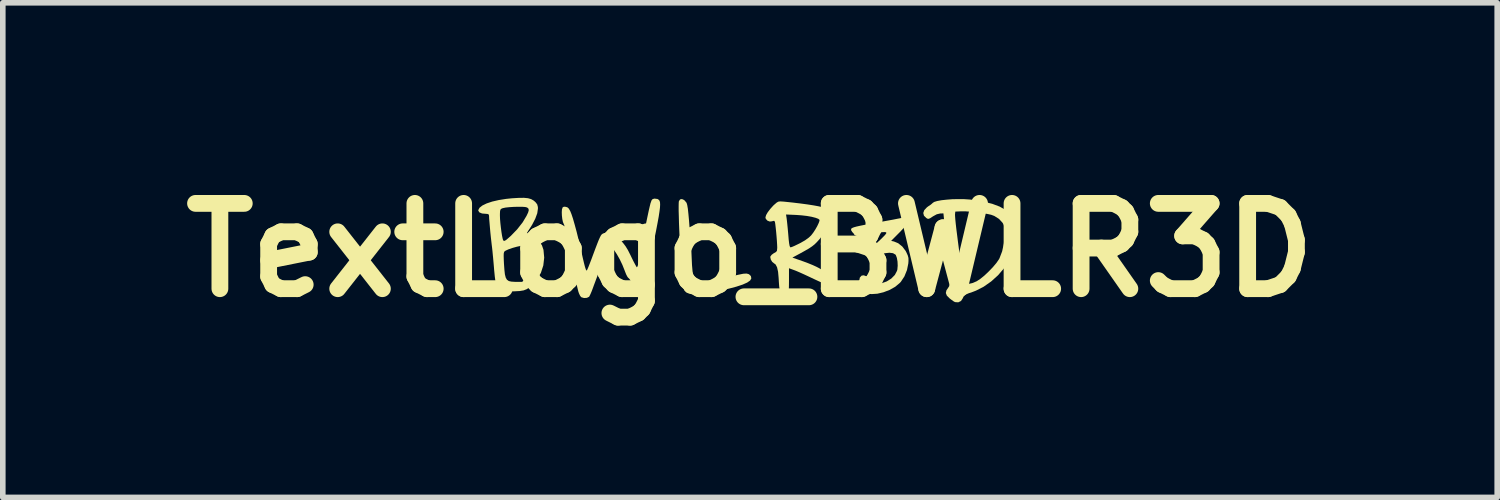
<source format=kicad_pcb>
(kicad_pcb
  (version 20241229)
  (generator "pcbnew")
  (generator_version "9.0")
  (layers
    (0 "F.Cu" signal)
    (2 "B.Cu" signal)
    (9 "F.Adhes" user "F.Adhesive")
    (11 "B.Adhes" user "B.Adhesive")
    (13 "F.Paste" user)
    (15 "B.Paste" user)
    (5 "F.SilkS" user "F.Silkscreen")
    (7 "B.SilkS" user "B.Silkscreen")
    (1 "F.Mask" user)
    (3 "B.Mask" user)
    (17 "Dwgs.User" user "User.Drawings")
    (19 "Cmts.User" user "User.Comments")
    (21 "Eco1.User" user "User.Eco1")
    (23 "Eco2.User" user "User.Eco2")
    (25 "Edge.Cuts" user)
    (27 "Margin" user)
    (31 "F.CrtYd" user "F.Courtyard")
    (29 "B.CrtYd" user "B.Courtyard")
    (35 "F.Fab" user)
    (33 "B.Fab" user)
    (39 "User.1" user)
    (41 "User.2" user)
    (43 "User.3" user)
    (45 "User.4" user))
  (footprint "TextLogo_BWLR3D"
    (layer "F.Cu")
    (at 10.349 1.418)
    (property "Reference" "TextLogo_BWLR3D" (at 0 0 0) (layer "F.SilkS") (effects (font (size 1.524 1.524) (thickness 0.3))))
    (attr board_only exclude_from_pos_files exclude_from_bom)
    (fp_poly (pts (xy -1.178 -0.895) (xy -1.141 -0.855) (xy -1.132 -0.839) (xy -1.122 -0.805) (xy -1.111 -0.741) (xy -1.101 -0.648) (xy -1.09 -0.529) (xy -1.079 -0.385) (xy -1.069 -0.219) (xy -1.069 -0.21) (xy -1.059 -0.039) (xy -1.048 0.116) (xy -1.038 0.252) (xy -1.028 0.366) (xy -1.018 0.455) (xy -1.009 0.516) (xy -1.003 0.545) (xy -0.987 0.57) (xy -0.958 0.581) (xy -0.922 0.583) (xy -0.882 0.579) (xy -0.816 0.569) (xy -0.728 0.553) (xy -0.623 0.532) (xy -0.506 0.508) (xy -0.382 0.48) (xy -0.256 0.451) (xy -0.203 0.439) (xy -0.12 0.422) (xy -0.06 0.419) (xy -0.019 0.431) (xy 0.01 0.458) (xy 0.017 0.47) (xy 0.023 0.507) (xy 0.001 0.544) (xy -0.051 0.58) (xy -0.132 0.616) (xy -0.244 0.653) (xy -0.38 0.689) (xy -0.522 0.721) (xy -0.659 0.748) (xy -0.786 0.767) (xy -0.899 0.78) (xy -0.992 0.786) (xy -1.062 0.783) (xy -1.09 0.777) (xy -1.138 0.757) (xy -1.169 0.727) (xy -1.188 0.679) (xy -1.197 0.642) (xy -1.204 0.595) (xy -1.211 0.523) (xy -1.219 0.429) (xy -1.227 0.317) (xy -1.235 0.193) (xy -1.243 0.059) (xy -1.251 -0.08) (xy -1.258 -0.219) (xy -1.264 -0.356) (xy -1.269 -0.484) (xy -1.272 -0.602) (xy -1.275 -0.703) (xy -1.275 -0.785) (xy -1.274 -0.843) (xy -1.271 -0.873) (xy -1.271 -0.873) (xy -1.249 -0.906) (xy -1.216 -0.912)) (stroke (width 0) (type solid)) (fill yes) (layer "F.SilkS"))
    (fp_poly (pts (xy 2.739 -0.572) (xy 2.77 -0.548) (xy 2.793 -0.512) (xy 2.801 -0.482) (xy 2.788 -0.451) (xy 2.75 -0.401) (xy 2.688 -0.333) (xy 2.661 -0.306) (xy 2.521 -0.165) (xy 2.571 -0.154) (xy 2.648 -0.122) (xy 2.72 -0.064) (xy 2.779 0.013) (xy 2.793 0.04) (xy 2.818 0.095) (xy 2.83 0.141) (xy 2.831 0.191) (xy 2.828 0.237) (xy 2.804 0.356) (xy 2.758 0.47) (xy 2.694 0.567) (xy 2.674 0.588) (xy 2.594 0.655) (xy 2.495 0.711) (xy 2.385 0.753) (xy 2.275 0.779) (xy 2.171 0.786) (xy 2.105 0.777) (xy 2.042 0.747) (xy 1.993 0.695) (xy 1.96 0.63) (xy 1.948 0.56) (xy 1.961 0.494) (xy 1.963 0.489) (xy 1.993 0.456) (xy 2.031 0.45) (xy 2.072 0.465) (xy 2.108 0.501) (xy 2.134 0.554) (xy 2.134 0.557) (xy 2.143 0.584) (xy 2.156 0.599) (xy 2.182 0.605) (xy 2.229 0.606) (xy 2.251 0.606) (xy 2.35 0.593) (xy 2.443 0.559) (xy 2.524 0.508) (xy 2.587 0.444) (xy 2.625 0.372) (xy 2.632 0.348) (xy 2.638 0.279) (xy 2.635 0.207) (xy 2.624 0.141) (xy 2.606 0.092) (xy 2.599 0.081) (xy 2.554 0.055) (xy 2.489 0.047) (xy 2.408 0.056) (xy 2.318 0.083) (xy 2.282 0.097) (xy 2.22 0.123) (xy 2.176 0.135) (xy 2.145 0.134) (xy 2.13 0.13) (xy 2.097 0.105) (xy 2.08 0.068) (xy 2.079 0.029) (xy 2.095 -0.002) (xy 2.127 -0.016) (xy 2.13 -0.016) (xy 2.15 -0.027) (xy 2.187 -0.056) (xy 2.237 -0.1) (xy 2.295 -0.155) (xy 2.311 -0.169) (xy 2.368 -0.225) (xy 2.409 -0.267) (xy 2.432 -0.296) (xy 2.435 -0.314) (xy 2.415 -0.322) (xy 2.37 -0.321) (xy 2.299 -0.313) (xy 2.199 -0.299) (xy 2.122 -0.288) (xy 2.022 -0.275) (xy 1.951 -0.267) (xy 1.904 -0.264) (xy 1.876 -0.266) (xy 1.865 -0.272) (xy 1.865 -0.273) (xy 1.849 -0.299) (xy 1.827 -0.322) (xy 1.806 -0.355) (xy 1.806 -0.377) (xy 1.814 -0.388) (xy 1.831 -0.398) (xy 1.86 -0.409) (xy 1.904 -0.421) (xy 1.967 -0.435) (xy 2.051 -0.452) (xy 2.16 -0.473) (xy 2.296 -0.497) (xy 2.367 -0.51) (xy 2.465 -0.528) (xy 2.554 -0.544) (xy 2.628 -0.559) (xy 2.681 -0.569) (xy 2.708 -0.576) (xy 2.709 -0.576)) (stroke (width 0) (type solid)) (fill yes) (layer "F.SilkS"))
    (fp_poly (pts (xy 3.828 -0.91) (xy 3.93 -0.903) (xy 3.973 -0.898) (xy 4.165 -0.867) (xy 4.327 -0.827) (xy 4.46 -0.777) (xy 4.566 -0.717) (xy 4.646 -0.646) (xy 4.701 -0.563) (xy 4.719 -0.52) (xy 4.741 -0.416) (xy 4.745 -0.293) (xy 4.732 -0.16) (xy 4.703 -0.024) (xy 4.66 0.108) (xy 4.618 0.199) (xy 4.537 0.326) (xy 4.431 0.449) (xy 4.308 0.56) (xy 4.174 0.654) (xy 4.037 0.724) (xy 3.983 0.745) (xy 3.909 0.77) (xy 3.861 0.791) (xy 3.831 0.811) (xy 3.813 0.833) (xy 3.801 0.86) (xy 3.769 0.909) (xy 3.72 0.933) (xy 3.663 0.929) (xy 3.659 0.927) (xy 3.633 0.913) (xy 3.593 0.884) (xy 3.566 0.863) (xy 3.516 0.813) (xy 3.498 0.766) (xy 3.509 0.718) (xy 3.537 0.677) (xy 3.557 0.646) (xy 3.57 0.606) (xy 3.577 0.552) (xy 3.577 0.481) (xy 3.571 0.39) (xy 3.559 0.273) (xy 3.545 0.161) (xy 3.531 0.052) (xy 3.516 -0.076) (xy 3.501 -0.208) (xy 3.487 -0.333) (xy 3.483 -0.373) (xy 3.457 -0.637) (xy 3.662 -0.637) (xy 3.663 -0.607) (xy 3.667 -0.551) (xy 3.675 -0.471) (xy 3.686 -0.375) (xy 3.7 -0.265) (xy 3.714 -0.153) (xy 3.734 -0.001) (xy 3.749 0.141) (xy 3.761 0.266) (xy 3.769 0.37) (xy 3.772 0.447) (xy 3.772 0.45) (xy 3.772 0.62) (xy 3.868 0.611) (xy 3.979 0.587) (xy 4.05 0.556) (xy 4.114 0.514) (xy 4.188 0.454) (xy 4.265 0.381) (xy 4.339 0.304) (xy 4.402 0.229) (xy 4.447 0.164) (xy 4.457 0.145) (xy 4.504 0.022) (xy 4.535 -0.121) (xy 4.548 -0.273) (xy 4.549 -0.301) (xy 4.547 -0.372) (xy 4.541 -0.421) (xy 4.529 -0.458) (xy 4.512 -0.487) (xy 4.448 -0.557) (xy 4.364 -0.61) (xy 4.308 -0.631) (xy 4.24 -0.646) (xy 4.151 -0.661) (xy 4.051 -0.674) (xy 3.95 -0.685) (xy 3.858 -0.692) (xy 3.786 -0.693) (xy 3.777 -0.693) (xy 3.667 -0.688) (xy 3.662 -0.637) (xy 3.457 -0.637) (xy 3.455 -0.656) (xy 3.397 -0.654) (xy 3.336 -0.64) (xy 3.266 -0.602) (xy 3.264 -0.6) (xy 3.22 -0.571) (xy 3.192 -0.559) (xy 3.17 -0.561) (xy 3.148 -0.574) (xy 3.107 -0.615) (xy 3.095 -0.663) (xy 3.113 -0.714) (xy 3.16 -0.764) (xy 3.188 -0.785) (xy 3.229 -0.812) (xy 3.256 -0.835) (xy 3.261 -0.841) (xy 3.289 -0.86) (xy 3.344 -0.877) (xy 3.42 -0.891) (xy 3.512 -0.901) (xy 3.614 -0.909) (xy 3.721 -0.911)) (stroke (width 0) (type solid)) (fill yes) (layer "F.SilkS"))
    (fp_poly (pts (xy 0.588 -0.867) (xy 0.604 -0.866) (xy 0.757 -0.85) (xy 0.899 -0.833) (xy 1.026 -0.816) (xy 1.135 -0.799) (xy 1.222 -0.783) (xy 1.283 -0.769) (xy 1.306 -0.761) (xy 1.371 -0.718) (xy 1.41 -0.657) (xy 1.424 -0.582) (xy 1.413 -0.495) (xy 1.378 -0.398) (xy 1.319 -0.295) (xy 1.244 -0.198) (xy 1.198 -0.147) (xy 1.156 -0.105) (xy 1.11 -0.068) (xy 1.054 -0.03) (xy 0.981 0.012) (xy 0.9 0.057) (xy 0.757 0.134) (xy 0.955 0.203) (xy 1.038 0.234) (xy 1.119 0.267) (xy 1.187 0.298) (xy 1.233 0.322) (xy 1.279 0.349) (xy 1.315 0.368) (xy 1.329 0.372) (xy 1.352 0.384) (xy 1.387 0.412) (xy 1.429 0.451) (xy 1.468 0.492) (xy 1.497 0.529) (xy 1.507 0.547) (xy 1.512 0.593) (xy 1.494 0.63) (xy 1.459 0.647) (xy 1.452 0.648) (xy 1.427 0.641) (xy 1.377 0.622) (xy 1.31 0.593) (xy 1.229 0.557) (xy 1.149 0.52) (xy 1.056 0.476) (xy 0.966 0.434) (xy 0.886 0.398) (xy 0.823 0.371) (xy 0.789 0.358) (xy 0.696 0.324) (xy 0.696 0.549) (xy 0.695 0.643) (xy 0.693 0.71) (xy 0.689 0.755) (xy 0.681 0.783) (xy 0.671 0.8) (xy 0.671 0.8) (xy 0.632 0.823) (xy 0.593 0.815) (xy 0.568 0.794) (xy 0.551 0.773) (xy 0.538 0.746) (xy 0.529 0.706) (xy 0.521 0.649) (xy 0.515 0.568) (xy 0.511 0.498) (xy 0.501 0.387) (xy 0.483 0.307) (xy 0.457 0.257) (xy 0.431 0.238) (xy 0.397 0.211) (xy 0.371 0.169) (xy 0.362 0.126) (xy 0.364 0.113) (xy 0.386 0.084) (xy 0.424 0.056) (xy 0.43 0.053) (xy 0.465 0.033) (xy 0.481 0.011) (xy 0.485 -0.028) (xy 0.486 -0.048) (xy 0.484 -0.096) (xy 0.48 -0.164) (xy 0.474 -0.241) (xy 0.467 -0.322) (xy 0.459 -0.397) (xy 0.452 -0.458) (xy 0.446 -0.498) (xy 0.444 -0.505) (xy 0.432 -0.523) (xy 0.409 -0.52) (xy 0.396 -0.515) (xy 0.353 -0.51) (xy 0.311 -0.526) (xy 0.282 -0.558) (xy 0.275 -0.584) (xy 0.287 -0.624) (xy 0.293 -0.636) (xy 0.643 -0.636) (xy 0.653 -0.573) (xy 0.658 -0.534) (xy 0.665 -0.47) (xy 0.673 -0.39) (xy 0.681 -0.302) (xy 0.683 -0.279) (xy 0.691 -0.184) (xy 0.699 -0.118) (xy 0.707 -0.076) (xy 0.716 -0.054) (xy 0.725 -0.049) (xy 0.748 -0.056) (xy 0.793 -0.075) (xy 0.851 -0.103) (xy 0.892 -0.123) (xy 0.982 -0.174) (xy 1.052 -0.225) (xy 1.091 -0.262) (xy 1.129 -0.311) (xy 1.167 -0.369) (xy 1.201 -0.429) (xy 1.227 -0.484) (xy 1.241 -0.524) (xy 1.241 -0.541) (xy 1.219 -0.559) (xy 1.171 -0.577) (xy 1.101 -0.595) (xy 1.016 -0.61) (xy 0.922 -0.621) (xy 0.827 -0.628) (xy 0.643 -0.636) (xy 0.293 -0.636) (xy 0.317 -0.677) (xy 0.362 -0.736) (xy 0.415 -0.795) (xy 0.437 -0.815) (xy 0.475 -0.848) (xy 0.504 -0.865) (xy 0.538 -0.87)) (stroke (width 0) (type solid)) (fill yes) (layer "F.SilkS"))
    (fp_poly (pts (xy -3.967 -0.927) (xy -3.911 -0.911) (xy -3.867 -0.886) (xy -3.834 -0.858) (xy -3.802 -0.817) (xy -3.79 -0.771) (xy -3.789 -0.742) (xy -3.801 -0.658) (xy -3.837 -0.56) (xy -3.893 -0.452) (xy -3.931 -0.392) (xy -3.965 -0.34) (xy -3.983 -0.309) (xy -3.985 -0.292) (xy -3.974 -0.283) (xy -3.971 -0.282) (xy -3.861 -0.236) (xy -3.777 -0.17) (xy -3.718 -0.087) (xy -3.69 -0.005) (xy -3.677 0.135) (xy -3.693 0.274) (xy -3.736 0.406) (xy -3.805 0.526) (xy -3.866 0.597) (xy -3.928 0.656) (xy -3.984 0.695) (xy -4.042 0.719) (xy -4.112 0.731) (xy -4.204 0.736) (xy -4.208 0.736) (xy -4.281 0.738) (xy -4.345 0.743) (xy -4.39 0.747) (xy -4.403 0.75) (xy -4.446 0.752) (xy -4.474 0.743) (xy -4.497 0.722) (xy -4.517 0.688) (xy -4.533 0.637) (xy -4.547 0.566) (xy -4.56 0.47) (xy -4.572 0.347) (xy -4.574 0.319) (xy -4.583 0.215) (xy -4.592 0.114) (xy -4.593 0.108) (xy -4.401 0.108) (xy -4.399 0.177) (xy -4.396 0.241) (xy -4.388 0.352) (xy -4.379 0.434) (xy -4.364 0.492) (xy -4.342 0.53) (xy -4.309 0.553) (xy -4.264 0.563) (xy -4.202 0.567) (xy -4.185 0.567) (xy -4.07 0.567) (xy -3.979 0.474) (xy -3.91 0.396) (xy -3.866 0.325) (xy -3.843 0.251) (xy -3.837 0.17) (xy -3.846 0.071) (xy -3.873 -0.003) (xy -3.92 -0.051) (xy -3.987 -0.076) (xy -4.042 -0.081) (xy -4.097 -0.075) (xy -4.167 -0.06) (xy -4.242 -0.039) (xy -4.312 -0.015) (xy -4.365 0.009) (xy -4.385 0.022) (xy -4.394 0.036) (xy -4.4 0.063) (xy -4.401 0.108) (xy -4.593 0.108) (xy -4.601 0.022) (xy -4.609 -0.051) (xy -4.614 -0.089) (xy -4.621 -0.151) (xy -4.63 -0.23) (xy -4.639 -0.318) (xy -4.647 -0.407) (xy -4.654 -0.49) (xy -4.66 -0.558) (xy -4.662 -0.604) (xy -4.662 -0.611) (xy -4.662 -0.612) (xy -4.468 -0.612) (xy -4.466 -0.554) (xy -4.46 -0.482) (xy -4.451 -0.403) (xy -4.441 -0.325) (xy -4.43 -0.256) (xy -4.419 -0.204) (xy -4.41 -0.176) (xy -4.41 -0.176) (xy -4.398 -0.165) (xy -4.38 -0.167) (xy -4.351 -0.186) (xy -4.307 -0.224) (xy -4.273 -0.254) (xy -4.16 -0.371) (xy -4.064 -0.493) (xy -3.993 -0.611) (xy -3.964 -0.672) (xy -3.953 -0.713) (xy -3.958 -0.74) (xy -3.981 -0.76) (xy -3.985 -0.762) (xy -4.017 -0.77) (xy -4.073 -0.774) (xy -4.145 -0.774) (xy -4.223 -0.772) (xy -4.299 -0.767) (xy -4.366 -0.76) (xy -4.414 -0.75) (xy -4.424 -0.747) (xy -4.447 -0.736) (xy -4.46 -0.721) (xy -4.466 -0.693) (xy -4.468 -0.645) (xy -4.468 -0.612) (xy -4.662 -0.612) (xy -4.668 -0.636) (xy -4.689 -0.646) (xy -4.718 -0.648) (xy -4.787 -0.654) (xy -4.834 -0.673) (xy -4.854 -0.703) (xy -4.854 -0.716) (xy -4.832 -0.757) (xy -4.781 -0.797) (xy -4.705 -0.834) (xy -4.606 -0.867) (xy -4.489 -0.894) (xy -4.356 -0.915) (xy -4.25 -0.926) (xy -4.13 -0.933) (xy -4.038 -0.934)) (stroke (width 0) (type solid)) (fill yes) (layer "F.SilkS"))
    (fp_poly (pts (xy -1.652 -0.913) (xy -1.627 -0.896) (xy -1.615 -0.878) (xy -1.608 -0.851) (xy -1.606 -0.812) (xy -1.609 -0.758) (xy -1.618 -0.687) (xy -1.632 -0.595) (xy -1.653 -0.48) (xy -1.68 -0.339) (xy -1.715 -0.169) (xy -1.716 -0.162) (xy -1.743 -0.032) (xy -1.769 0.097) (xy -1.794 0.218) (xy -1.816 0.327) (xy -1.835 0.416) (xy -1.848 0.48) (xy -1.849 0.486) (xy -1.868 0.573) (xy -1.887 0.633) (xy -1.907 0.67) (xy -1.933 0.689) (xy -1.966 0.696) (xy -1.975 0.696) (xy -2.028 0.68) (xy -2.079 0.634) (xy -2.12 0.568) (xy -2.145 0.527) (xy -2.168 0.501) (xy -2.174 0.497) (xy -2.189 0.479) (xy -2.211 0.438) (xy -2.234 0.381) (xy -2.241 0.362) (xy -2.28 0.264) (xy -2.327 0.166) (xy -2.378 0.076) (xy -2.427 0.002) (xy -2.461 -0.04) (xy -2.492 -0.068) (xy -2.512 -0.08) (xy -2.515 -0.08) (xy -2.523 -0.063) (xy -2.54 -0.02) (xy -2.566 0.044) (xy -2.597 0.122) (xy -2.631 0.211) (xy -2.668 0.306) (xy -2.704 0.401) (xy -2.738 0.491) (xy -2.768 0.572) (xy -2.793 0.638) (xy -2.801 0.661) (xy -2.826 0.728) (xy -2.85 0.785) (xy -2.869 0.824) (xy -2.877 0.835) (xy -2.915 0.853) (xy -2.966 0.856) (xy -3.013 0.842) (xy -3.015 0.841) (xy -3.035 0.817) (xy -3.056 0.773) (xy -3.067 0.74) (xy -3.076 0.705) (xy -3.091 0.642) (xy -3.109 0.557) (xy -3.131 0.455) (xy -3.156 0.339) (xy -3.181 0.216) (xy -3.208 0.089) (xy -3.233 -0.038) (xy -3.257 -0.158) (xy -3.279 -0.267) (xy -3.294 -0.344) (xy -3.307 -0.402) (xy -3.32 -0.449) (xy -3.331 -0.474) (xy -3.343 -0.504) (xy -3.354 -0.556) (xy -3.361 -0.618) (xy -3.363 -0.678) (xy -3.36 -0.726) (xy -3.359 -0.73) (xy -3.347 -0.764) (xy -3.325 -0.775) (xy -3.298 -0.774) (xy -3.264 -0.765) (xy -3.238 -0.742) (xy -3.212 -0.697) (xy -3.211 -0.695) (xy -3.19 -0.643) (xy -3.163 -0.562) (xy -3.133 -0.457) (xy -3.099 -0.332) (xy -3.064 -0.19) (xy -3.027 -0.035) (xy -3.012 0.032) (xy -2.986 0.148) (xy -2.965 0.236) (xy -2.949 0.298) (xy -2.936 0.338) (xy -2.927 0.359) (xy -2.919 0.365) (xy -2.915 0.362) (xy -2.905 0.343) (xy -2.886 0.299) (xy -2.861 0.235) (xy -2.831 0.157) (xy -2.81 0.1) (xy -2.766 -0.018) (xy -2.731 -0.11) (xy -2.704 -0.178) (xy -2.682 -0.227) (xy -2.665 -0.26) (xy -2.649 -0.281) (xy -2.632 -0.293) (xy -2.614 -0.301) (xy -2.599 -0.305) (xy -2.535 -0.314) (xy -2.475 -0.303) (xy -2.412 -0.268) (xy -2.342 -0.207) (xy -2.318 -0.183) (xy -2.267 -0.126) (xy -2.223 -0.068) (xy -2.182 -0.001) (xy -2.138 0.086) (xy -2.124 0.115) (xy -2.089 0.187) (xy -2.058 0.246) (xy -2.035 0.288) (xy -2.023 0.307) (xy -2.022 0.307) (xy -2.011 0.293) (xy -1.997 0.253) (xy -1.981 0.194) (xy -1.965 0.123) (xy -1.951 0.047) (xy -1.942 -0.018) (xy -1.932 -0.08) (xy -1.918 -0.165) (xy -1.899 -0.267) (xy -1.877 -0.378) (xy -1.854 -0.493) (xy -1.831 -0.603) (xy -1.81 -0.702) (xy -1.791 -0.784) (xy -1.777 -0.841) (xy -1.776 -0.842) (xy -1.76 -0.887) (xy -1.742 -0.91) (xy -1.713 -0.919) (xy -1.705 -0.92)) (stroke (width 0) (type solid)) (fill yes) (layer "F.SilkS")))
  (gr_rect
    (start -3 -3)
    (end 23.697 5.836)
    (stroke (width 0.1) (type default))
    (fill no)
    (layer "Edge.Cuts")))
</source>
